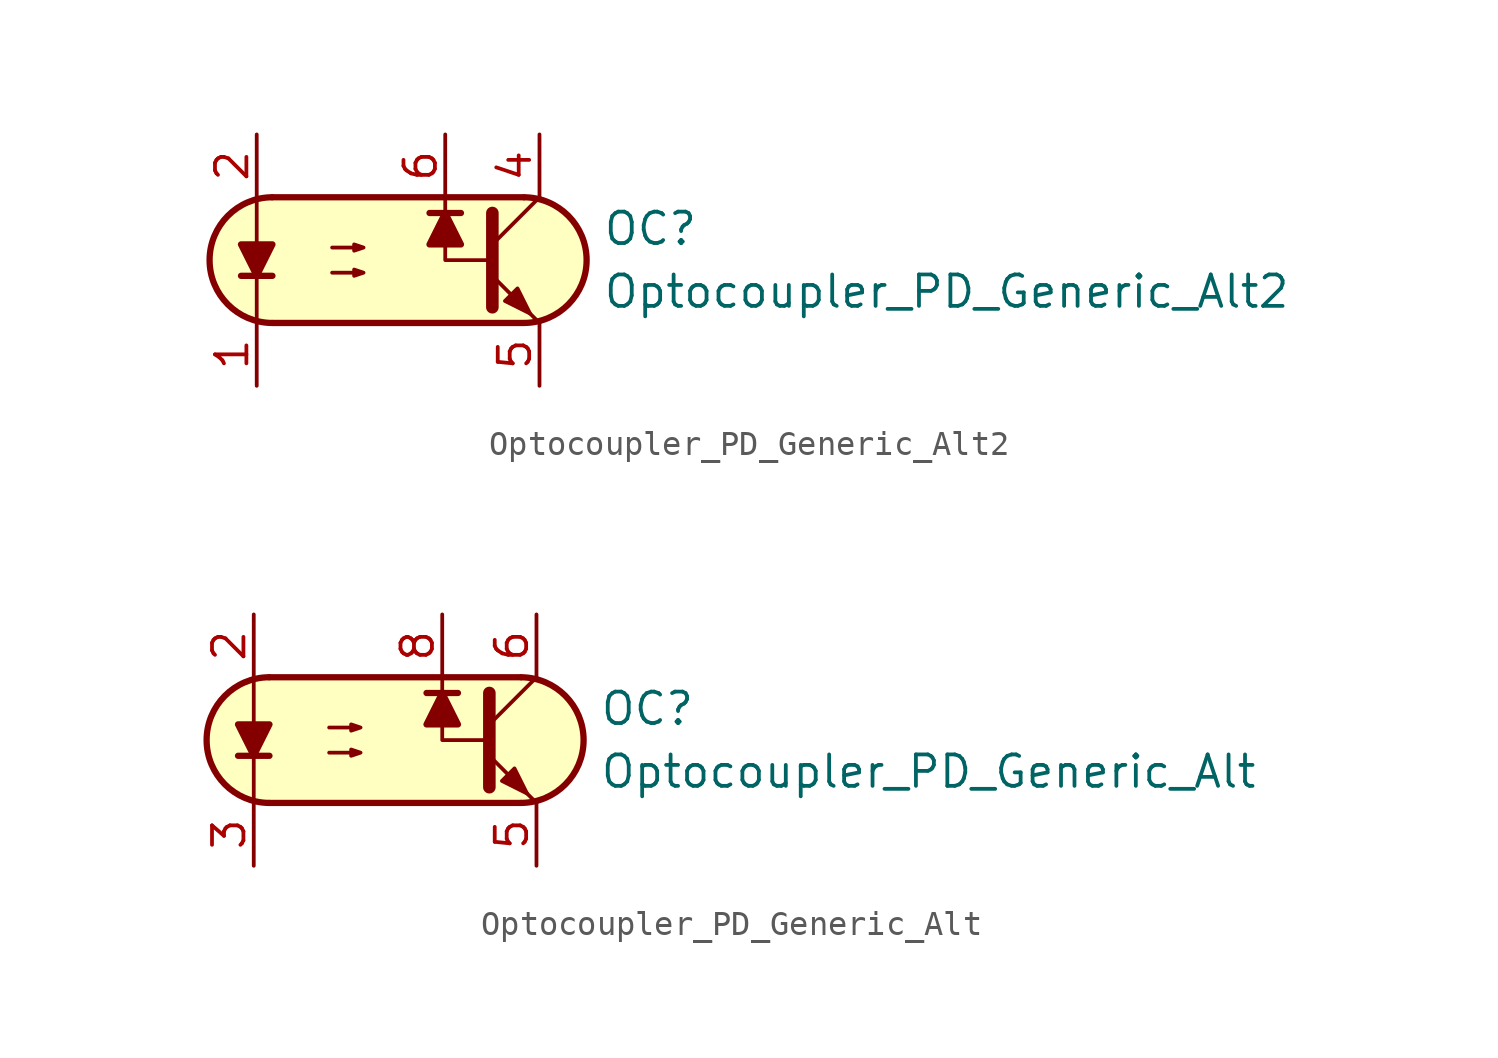
<source format=kicad_sym>
(kicad_symbol_lib
  (version 20231120)
  (generator "kicad_symbol_editor")
  (generator_version "8.0")
  (symbol "Optocoupler_PD_Generic_Alt2"
    (pin_names
      (offset 1.016))
    (property "Reference" "OC"
      (at 8.89 1.27 0)
      (effects (font (size 1.27 1.27)) (justify left)))
    (property "Value" "Optocoupler_PD_Generic_Alt2"
      (at 8.89 -1.27 0)
      (effects (font (size 1.27 1.27)) (justify left)))
    (symbol "Optocoupler_PD_Generic_Alt2_0_1"
      (arc (start -4.4675 2.54) (mid -6.9851 0) (end -4.4675 -2.54) (stroke (width 0.254) (type default)) (fill (type none)))
      (polyline (pts (xy -5.715 -0.635) (xy -4.445 -0.635)) (stroke (width 0.254) (type default)) (fill (type none)))
      (polyline (pts (xy -5.08 2.54) (xy -5.08 -2.54)) (stroke (width 0.152) (type default)) (fill (type none)))
      (polyline (pts (xy -4.445 2.54) (xy 5.715 2.54)) (stroke (width 0.254) (type default)) (fill (type none)))
      (polyline (pts (xy 4.445 0.635) (xy 6.35 2.54)) (stroke (width 0) (type default)) (fill (type none)))
      (polyline (pts (xy 5.715 -2.54) (xy -4.445 -2.54)) (stroke (width 0.254) (type default)) (fill (type none)))
      (polyline (pts (xy 6.35 -2.54) (xy 4.445 -0.635)) (stroke (width 0) (type default)) (fill (type outline)))
      (polyline (pts (xy 4.445 0) (xy 2.54 0) (xy 2.54 2.54)) (stroke (width 0.152) (type default)) (fill (type none)))
      (polyline (pts (xy 4.445 1.905) (xy 4.445 -1.905) (xy 4.445 -1.905)) (stroke (width 0.508) (type default)) (fill (type none)))
      (polyline (pts (xy -5.08 -0.635) (xy -5.715 0.635) (xy -4.445 0.635) (xy -5.08 -0.635)) (stroke (width 0.254) (type default)) (fill (type outline)))
      (polyline (pts (xy -2.032 -0.508) (xy -0.762 -0.508) (xy -1.143 -0.635) (xy -1.143 -0.381) (xy -0.762 -0.508)) (stroke (width 0) (type default)) (fill (type none)))
      (polyline (pts (xy -2.032 0.508) (xy -0.762 0.508) (xy -1.143 0.381) (xy -1.143 0.635) (xy -0.762 0.508)) (stroke (width 0) (type default)) (fill (type none)))
      (polyline (pts (xy 4.953 -1.651) (xy 5.461 -1.143) (xy 5.969 -2.159) (xy 4.953 -1.651) (xy 4.953 -1.651)) (stroke (width 0) (type default)) (fill (type outline)))
      (polyline (pts (xy -5.08 2.54) (xy 3.556 2.54) (xy 4.826 2.54) (xy 6.096 2.54) (xy 7.112 2.159) (xy 8.001 1.143) (xy 8.255 0.127) (xy 8.128 -0.762) (xy 7.747 -1.524) (xy 7.366 -1.905) (xy 6.858 -2.286) (xy 5.969 -2.54) (xy -4.699 -2.54) (xy -5.969 -2.032) (xy -6.731 -1.143) (xy -6.985 -0.127) (xy -6.858 0.889) (xy -6.223 1.778) (xy -5.461 2.286) (xy -4.445 2.54) (xy -4.318 2.54) (xy -4.191 2.54) (xy -5.08 2.54)) (stroke (width 0.01) (type default)) (fill (type background)))
      (arc (start 5.7375 -2.54) (mid 8.2551 0) (end 5.7375 2.54) (stroke (width 0.254) (type default)) (fill (type none))))
    (symbol "Optocoupler_PD_Generic_Alt2_1_1"
      (polyline (pts (xy 3.175 1.905) (xy 1.905 1.905)) (stroke (width 0.254) (type default)) (fill (type none)))
      (polyline (pts (xy 2.54 1.905) (xy 3.175 0.635) (xy 1.905 0.635) (xy 2.54 1.905)) (stroke (width 0.254) (type default)) (fill (type outline)))
      (pin passive line (at -5.08 -5.08 90) (length 2.54) (name "~" (effects (font (size 1.27 1.27)))) (number "1" (effects (font (size 1.27 1.27)))))
      (pin passive line (at -5.08 5.08 270) (length 2.54) (name "~" (effects (font (size 1.27 1.27)))) (number "2" (effects (font (size 1.27 1.27)))))
      (pin free line (at 0 0 0) (length 2.54) hide (name "NC" (effects (font (size 1.27 1.27)))) (number "3" (effects (font (size 1.27 1.27)))))
      (pin passive line (at 6.35 5.08 270) (length 2.54) (name "~" (effects (font (size 1.27 1.27)))) (number "4" (effects (font (size 1.27 1.27)))))
      (pin passive line (at 6.35 -5.08 90) (length 2.54) (name "~" (effects (font (size 1.27 1.27)))) (number "5" (effects (font (size 1.27 1.27)))))
      (pin passive line (at 2.54 5.08 270) (length 2.54) (name "~" (effects (font (size 1.27 1.27)))) (number "6" (effects (font (size 1.27 1.27)))))))
  (symbol "Optocoupler_PD_Generic_Alt"
    (pin_names
      (offset 1.016))
    (property "Reference" "OC"
      (at 8.89 1.27 0)
      (effects (font (size 1.27 1.27)) (justify left)))
    (property "Value" "Optocoupler_PD_Generic_Alt"
      (at 8.89 -1.27 0)
      (effects (font (size 1.27 1.27)) (justify left)))
    (symbol "Optocoupler_PD_Generic_Alt_0_1"
      (arc (start -4.4675 2.54) (mid -6.9851 0) (end -4.4675 -2.54) (stroke (width 0.254) (type default)) (fill (type none)))
      (polyline (pts (xy -5.715 -0.635) (xy -4.445 -0.635)) (stroke (width 0.254) (type default)) (fill (type none)))
      (polyline (pts (xy -5.08 2.54) (xy -5.08 -2.54)) (stroke (width 0.152) (type default)) (fill (type none)))
      (polyline (pts (xy -4.445 2.54) (xy 5.715 2.54)) (stroke (width 0.254) (type default)) (fill (type none)))
      (polyline (pts (xy 4.445 0.635) (xy 6.35 2.54)) (stroke (width 0) (type default)) (fill (type none)))
      (polyline (pts (xy 5.715 -2.54) (xy -4.445 -2.54)) (stroke (width 0.254) (type default)) (fill (type none)))
      (polyline (pts (xy 6.35 -2.54) (xy 4.445 -0.635)) (stroke (width 0) (type default)) (fill (type outline)))
      (polyline (pts (xy 4.445 0) (xy 2.54 0) (xy 2.54 2.54)) (stroke (width 0.152) (type default)) (fill (type none)))
      (polyline (pts (xy 4.445 1.905) (xy 4.445 -1.905) (xy 4.445 -1.905)) (stroke (width 0.508) (type default)) (fill (type none)))
      (polyline (pts (xy -5.08 -0.635) (xy -5.715 0.635) (xy -4.445 0.635) (xy -5.08 -0.635)) (stroke (width 0.254) (type default)) (fill (type outline)))
      (polyline (pts (xy -2.032 -0.508) (xy -0.762 -0.508) (xy -1.143 -0.635) (xy -1.143 -0.381) (xy -0.762 -0.508)) (stroke (width 0) (type default)) (fill (type none)))
      (polyline (pts (xy -2.032 0.508) (xy -0.762 0.508) (xy -1.143 0.381) (xy -1.143 0.635) (xy -0.762 0.508)) (stroke (width 0) (type default)) (fill (type none)))
      (polyline (pts (xy 4.953 -1.651) (xy 5.461 -1.143) (xy 5.969 -2.159) (xy 4.953 -1.651) (xy 4.953 -1.651)) (stroke (width 0) (type default)) (fill (type outline)))
      (polyline (pts (xy -5.08 2.54) (xy 3.556 2.54) (xy 4.826 2.54) (xy 6.096 2.54) (xy 7.112 2.159) (xy 8.001 1.143) (xy 8.255 0.127) (xy 8.128 -0.762) (xy 7.747 -1.524) (xy 7.366 -1.905) (xy 6.858 -2.286) (xy 5.969 -2.54) (xy -4.699 -2.54) (xy -5.969 -2.032) (xy -6.731 -1.143) (xy -6.985 -0.127) (xy -6.858 0.889) (xy -6.223 1.778) (xy -5.461 2.286) (xy -4.445 2.54) (xy -4.318 2.54) (xy -4.191 2.54) (xy -5.08 2.54)) (stroke (width 0.01) (type default)) (fill (type background)))
      (arc (start 5.7375 -2.54) (mid 8.2551 0) (end 5.7375 2.54) (stroke (width 0.254) (type default)) (fill (type none))))
    (symbol "Optocoupler_PD_Generic_Alt_1_1"
      (polyline (pts (xy 3.175 1.905) (xy 1.905 1.905)) (stroke (width 0.254) (type default)) (fill (type none)))
      (polyline (pts (xy 2.54 1.905) (xy 3.175 0.635) (xy 1.905 0.635) (xy 2.54 1.905)) (stroke (width 0.254) (type default)) (fill (type outline)))
      (pin free line (at -2.54 1.27 0) (length 2.54) hide (name "NC" (effects (font (size 1.27 1.27)))) (number "1" (effects (font (size 1.27 1.27)))))
      (pin passive line (at -5.08 5.08 270) (length 2.54) (name "~" (effects (font (size 1.27 1.27)))) (number "2" (effects (font (size 1.27 1.27)))))
      (pin passive line (at -5.08 -5.08 90) (length 2.54) (name "~" (effects (font (size 1.27 1.27)))) (number "3" (effects (font (size 1.27 1.27)))))
      (pin free line (at -2.54 -1.27 0) (length 2.54) hide (name "NC" (effects (font (size 1.27 1.27)))) (number "4" (effects (font (size 1.27 1.27)))))
      (pin passive line (at 6.35 -5.08 90) (length 2.54) (name "~" (effects (font (size 1.27 1.27)))) (number "5" (effects (font (size 1.27 1.27)))))
      (pin passive line (at 6.35 5.08 270) (length 2.54) (name "~" (effects (font (size 1.27 1.27)))) (number "6" (effects (font (size 1.27 1.27)))))
      (pin free line (at 1.27 0 0) (length 2.54) hide (name "NC" (effects (font (size 1.27 1.27)))) (number "7" (effects (font (size 1.27 1.27)))))
      (pin passive line (at 2.54 5.08 270) (length 2.54) (name "~" (effects (font (size 1.27 1.27)))) (number "8" (effects (font (size 1.27 1.27))))))))
</source>
